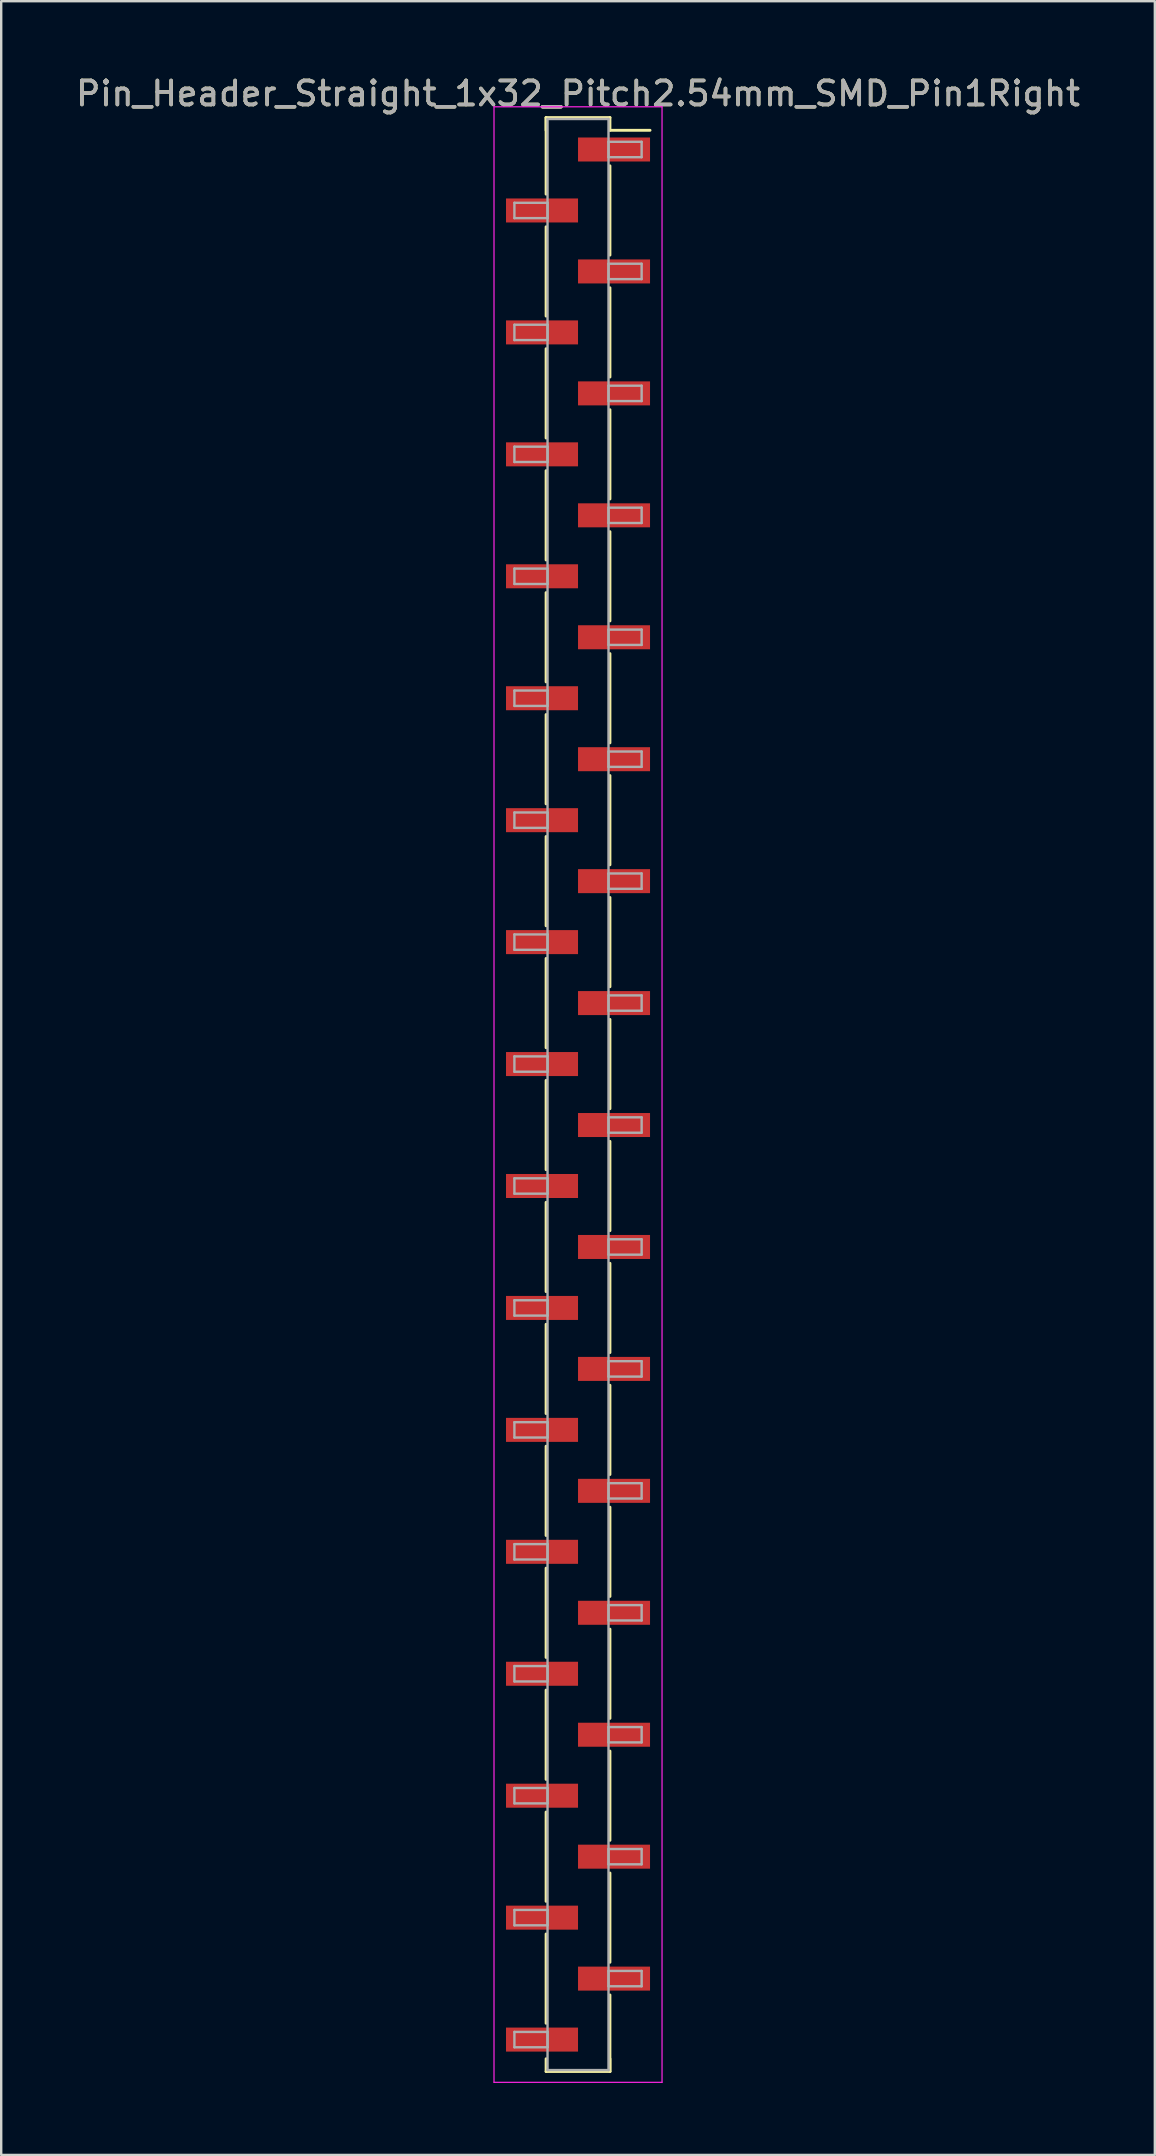
<source format=kicad_pcb>
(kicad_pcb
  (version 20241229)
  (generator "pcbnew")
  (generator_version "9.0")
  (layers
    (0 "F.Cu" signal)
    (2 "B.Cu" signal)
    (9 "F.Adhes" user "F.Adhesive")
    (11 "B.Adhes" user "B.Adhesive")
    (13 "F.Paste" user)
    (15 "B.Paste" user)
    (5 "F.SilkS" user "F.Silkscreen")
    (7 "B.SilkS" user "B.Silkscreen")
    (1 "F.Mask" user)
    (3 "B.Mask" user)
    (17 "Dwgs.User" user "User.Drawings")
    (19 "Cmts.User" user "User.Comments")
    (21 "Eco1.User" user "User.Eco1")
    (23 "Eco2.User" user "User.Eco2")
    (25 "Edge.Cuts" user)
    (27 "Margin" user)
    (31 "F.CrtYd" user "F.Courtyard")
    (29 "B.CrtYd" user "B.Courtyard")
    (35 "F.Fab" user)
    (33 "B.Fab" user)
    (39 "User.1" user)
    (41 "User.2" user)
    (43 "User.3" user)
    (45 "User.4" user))
  (footprint "Pin_Header_Straight_1x32_Pitch2.54mm_SMD_Pin1Right"
    (layer "F.Cu")
    (at 21.03 42.548)
    (property "Reference" "Pin_Header_Straight_1x32_Pitch2.54mm_SMD_Pin1Right" (at 0 -41.7 0) (layer "F.SilkS") (effects (font (size 1 1) (thickness 0.15))))
    (attr smd)
    (fp_line (start -1.33 -40.7) (end -1.33 -37.51) (stroke (width 0.12) (type solid)) (layer "F.SilkS"))
    (fp_line (start -1.33 -40.7) (end 1.33 -40.7) (stroke (width 0.12) (type solid)) (layer "F.SilkS"))
    (fp_line (start -1.33 -40.17) (end -1.33 -40.7) (stroke (width 0.12) (type solid)) (layer "F.SilkS"))
    (fp_line (start -1.33 -36.15) (end -1.33 -32.43) (stroke (width 0.12) (type solid)) (layer "F.SilkS"))
    (fp_line (start -1.33 -31.07) (end -1.33 -27.35) (stroke (width 0.12) (type solid)) (layer "F.SilkS"))
    (fp_line (start -1.33 -25.99) (end -1.33 -22.27) (stroke (width 0.12) (type solid)) (layer "F.SilkS"))
    (fp_line (start -1.33 -20.91) (end -1.33 -17.19) (stroke (width 0.12) (type solid)) (layer "F.SilkS"))
    (fp_line (start -1.33 -15.83) (end -1.33 -12.11) (stroke (width 0.12) (type solid)) (layer "F.SilkS"))
    (fp_line (start -1.33 -10.75) (end -1.33 -7.03) (stroke (width 0.12) (type solid)) (layer "F.SilkS"))
    (fp_line (start -1.33 -5.67) (end -1.33 -1.95) (stroke (width 0.12) (type solid)) (layer "F.SilkS"))
    (fp_line (start -1.33 -0.59) (end -1.33 3.13) (stroke (width 0.12) (type solid)) (layer "F.SilkS"))
    (fp_line (start -1.33 4.49) (end -1.33 8.21) (stroke (width 0.12) (type solid)) (layer "F.SilkS"))
    (fp_line (start -1.33 9.57) (end -1.33 13.29) (stroke (width 0.12) (type solid)) (layer "F.SilkS"))
    (fp_line (start -1.33 14.65) (end -1.33 18.37) (stroke (width 0.12) (type solid)) (layer "F.SilkS"))
    (fp_line (start -1.33 19.73) (end -1.33 23.45) (stroke (width 0.12) (type solid)) (layer "F.SilkS"))
    (fp_line (start -1.33 24.81) (end -1.33 28.53) (stroke (width 0.12) (type solid)) (layer "F.SilkS"))
    (fp_line (start -1.33 29.89) (end -1.33 33.61) (stroke (width 0.12) (type solid)) (layer "F.SilkS"))
    (fp_line (start -1.33 34.97) (end -1.33 38.69) (stroke (width 0.12) (type solid)) (layer "F.SilkS"))
    (fp_line (start -1.33 40.17) (end -1.33 40.7) (stroke (width 0.12) (type solid)) (layer "F.SilkS"))
    (fp_line (start -1.33 40.7) (end 1.33 40.7) (stroke (width 0.12) (type solid)) (layer "F.SilkS"))
    (fp_line (start 1.33 -40.7) (end 1.33 -40.17) (stroke (width 0.12) (type solid)) (layer "F.SilkS"))
    (fp_line (start 1.33 -40.17) (end 3 -40.17) (stroke (width 0.12) (type solid)) (layer "F.SilkS"))
    (fp_line (start 1.33 -38.69) (end 1.33 -34.97) (stroke (width 0.12) (type solid)) (layer "F.SilkS"))
    (fp_line (start 1.33 -33.61) (end 1.33 -29.89) (stroke (width 0.12) (type solid)) (layer "F.SilkS"))
    (fp_line (start 1.33 -28.53) (end 1.33 -24.81) (stroke (width 0.12) (type solid)) (layer "F.SilkS"))
    (fp_line (start 1.33 -23.45) (end 1.33 -19.73) (stroke (width 0.12) (type solid)) (layer "F.SilkS"))
    (fp_line (start 1.33 -18.37) (end 1.33 -14.65) (stroke (width 0.12) (type solid)) (layer "F.SilkS"))
    (fp_line (start 1.33 -13.29) (end 1.33 -9.57) (stroke (width 0.12) (type solid)) (layer "F.SilkS"))
    (fp_line (start 1.33 -8.21) (end 1.33 -4.49) (stroke (width 0.12) (type solid)) (layer "F.SilkS"))
    (fp_line (start 1.33 -3.13) (end 1.33 0.59) (stroke (width 0.12) (type solid)) (layer "F.SilkS"))
    (fp_line (start 1.33 1.95) (end 1.33 5.67) (stroke (width 0.12) (type solid)) (layer "F.SilkS"))
    (fp_line (start 1.33 7.03) (end 1.33 10.75) (stroke (width 0.12) (type solid)) (layer "F.SilkS"))
    (fp_line (start 1.33 12.11) (end 1.33 15.83) (stroke (width 0.12) (type solid)) (layer "F.SilkS"))
    (fp_line (start 1.33 17.19) (end 1.33 20.91) (stroke (width 0.12) (type solid)) (layer "F.SilkS"))
    (fp_line (start 1.33 22.27) (end 1.33 25.99) (stroke (width 0.12) (type solid)) (layer "F.SilkS"))
    (fp_line (start 1.33 27.35) (end 1.33 31.07) (stroke (width 0.12) (type solid)) (layer "F.SilkS"))
    (fp_line (start 1.33 32.43) (end 1.33 36.15) (stroke (width 0.12) (type solid)) (layer "F.SilkS"))
    (fp_line (start 1.33 37.51) (end 1.33 40.7) (stroke (width 0.12) (type solid)) (layer "F.SilkS"))
    (fp_line (start 1.33 40.7) (end 1.33 40.17) (stroke (width 0.12) (type solid)) (layer "F.SilkS"))
    (fp_line (start -3.5 -41.15) (end -3.5 41.15) (stroke (width 0.05) (type solid)) (layer "F.CrtYd"))
    (fp_line (start -3.5 41.15) (end 3.5 41.15) (stroke (width 0.05) (type solid)) (layer "F.CrtYd"))
    (fp_line (start 3.5 -41.15) (end -3.5 -41.15) (stroke (width 0.05) (type solid)) (layer "F.CrtYd"))
    (fp_line (start 3.5 41.15) (end 3.5 -41.15) (stroke (width 0.05) (type solid)) (layer "F.CrtYd"))
    (fp_line (start -2.65 -37.15) (end -1.27 -37.15) (stroke (width 0.1) (type solid)) (layer "F.Fab"))
    (fp_line (start -2.65 -36.51) (end -2.65 -37.15) (stroke (width 0.1) (type solid)) (layer "F.Fab"))
    (fp_line (start -2.65 -32.07) (end -1.27 -32.07) (stroke (width 0.1) (type solid)) (layer "F.Fab"))
    (fp_line (start -2.65 -31.43) (end -2.65 -32.07) (stroke (width 0.1) (type solid)) (layer "F.Fab"))
    (fp_line (start -2.65 -26.99) (end -1.27 -26.99) (stroke (width 0.1) (type solid)) (layer "F.Fab"))
    (fp_line (start -2.65 -26.35) (end -2.65 -26.99) (stroke (width 0.1) (type solid)) (layer "F.Fab"))
    (fp_line (start -2.65 -21.91) (end -1.27 -21.91) (stroke (width 0.1) (type solid)) (layer "F.Fab"))
    (fp_line (start -2.65 -21.27) (end -2.65 -21.91) (stroke (width 0.1) (type solid)) (layer "F.Fab"))
    (fp_line (start -2.65 -16.83) (end -1.27 -16.83) (stroke (width 0.1) (type solid)) (layer "F.Fab"))
    (fp_line (start -2.65 -16.19) (end -2.65 -16.83) (stroke (width 0.1) (type solid)) (layer "F.Fab"))
    (fp_line (start -2.65 -11.75) (end -1.27 -11.75) (stroke (width 0.1) (type solid)) (layer "F.Fab"))
    (fp_line (start -2.65 -11.11) (end -2.65 -11.75) (stroke (width 0.1) (type solid)) (layer "F.Fab"))
    (fp_line (start -2.65 -6.67) (end -1.27 -6.67) (stroke (width 0.1) (type solid)) (layer "F.Fab"))
    (fp_line (start -2.65 -6.03) (end -2.65 -6.67) (stroke (width 0.1) (type solid)) (layer "F.Fab"))
    (fp_line (start -2.65 -1.59) (end -1.27 -1.59) (stroke (width 0.1) (type solid)) (layer "F.Fab"))
    (fp_line (start -2.65 -0.95) (end -2.65 -1.59) (stroke (width 0.1) (type solid)) (layer "F.Fab"))
    (fp_line (start -2.65 3.49) (end -1.27 3.49) (stroke (width 0.1) (type solid)) (layer "F.Fab"))
    (fp_line (start -2.65 4.13) (end -2.65 3.49) (stroke (width 0.1) (type solid)) (layer "F.Fab"))
    (fp_line (start -2.65 8.57) (end -1.27 8.57) (stroke (width 0.1) (type solid)) (layer "F.Fab"))
    (fp_line (start -2.65 9.21) (end -2.65 8.57) (stroke (width 0.1) (type solid)) (layer "F.Fab"))
    (fp_line (start -2.65 13.65) (end -1.27 13.65) (stroke (width 0.1) (type solid)) (layer "F.Fab"))
    (fp_line (start -2.65 14.29) (end -2.65 13.65) (stroke (width 0.1) (type solid)) (layer "F.Fab"))
    (fp_line (start -2.65 18.73) (end -1.27 18.73) (stroke (width 0.1) (type solid)) (layer "F.Fab"))
    (fp_line (start -2.65 19.37) (end -2.65 18.73) (stroke (width 0.1) (type solid)) (layer "F.Fab"))
    (fp_line (start -2.65 23.81) (end -1.27 23.81) (stroke (width 0.1) (type solid)) (layer "F.Fab"))
    (fp_line (start -2.65 24.45) (end -2.65 23.81) (stroke (width 0.1) (type solid)) (layer "F.Fab"))
    (fp_line (start -2.65 28.89) (end -1.27 28.89) (stroke (width 0.1) (type solid)) (layer "F.Fab"))
    (fp_line (start -2.65 29.53) (end -2.65 28.89) (stroke (width 0.1) (type solid)) (layer "F.Fab"))
    (fp_line (start -2.65 33.97) (end -1.27 33.97) (stroke (width 0.1) (type solid)) (layer "F.Fab"))
    (fp_line (start -2.65 34.61) (end -2.65 33.97) (stroke (width 0.1) (type solid)) (layer "F.Fab"))
    (fp_line (start -2.65 39.05) (end -1.27 39.05) (stroke (width 0.1) (type solid)) (layer "F.Fab"))
    (fp_line (start -2.65 39.69) (end -2.65 39.05) (stroke (width 0.1) (type solid)) (layer "F.Fab"))
    (fp_line (start -1.27 -40.64) (end -1.27 40.64) (stroke (width 0.1) (type solid)) (layer "F.Fab"))
    (fp_line (start -1.27 -37.15) (end -1.27 -36.51) (stroke (width 0.1) (type solid)) (layer "F.Fab"))
    (fp_line (start -1.27 -36.51) (end -2.65 -36.51) (stroke (width 0.1) (type solid)) (layer "F.Fab"))
    (fp_line (start -1.27 -32.07) (end -1.27 -31.43) (stroke (width 0.1) (type solid)) (layer "F.Fab"))
    (fp_line (start -1.27 -31.43) (end -2.65 -31.43) (stroke (width 0.1) (type solid)) (layer "F.Fab"))
    (fp_line (start -1.27 -26.99) (end -1.27 -26.35) (stroke (width 0.1) (type solid)) (layer "F.Fab"))
    (fp_line (start -1.27 -26.35) (end -2.65 -26.35) (stroke (width 0.1) (type solid)) (layer "F.Fab"))
    (fp_line (start -1.27 -21.91) (end -1.27 -21.27) (stroke (width 0.1) (type solid)) (layer "F.Fab"))
    (fp_line (start -1.27 -21.27) (end -2.65 -21.27) (stroke (width 0.1) (type solid)) (layer "F.Fab"))
    (fp_line (start -1.27 -16.83) (end -1.27 -16.19) (stroke (width 0.1) (type solid)) (layer "F.Fab"))
    (fp_line (start -1.27 -16.19) (end -2.65 -16.19) (stroke (width 0.1) (type solid)) (layer "F.Fab"))
    (fp_line (start -1.27 -11.75) (end -1.27 -11.11) (stroke (width 0.1) (type solid)) (layer "F.Fab"))
    (fp_line (start -1.27 -11.11) (end -2.65 -11.11) (stroke (width 0.1) (type solid)) (layer "F.Fab"))
    (fp_line (start -1.27 -6.67) (end -1.27 -6.03) (stroke (width 0.1) (type solid)) (layer "F.Fab"))
    (fp_line (start -1.27 -6.03) (end -2.65 -6.03) (stroke (width 0.1) (type solid)) (layer "F.Fab"))
    (fp_line (start -1.27 -1.59) (end -1.27 -0.95) (stroke (width 0.1) (type solid)) (layer "F.Fab"))
    (fp_line (start -1.27 -0.95) (end -2.65 -0.95) (stroke (width 0.1) (type solid)) (layer "F.Fab"))
    (fp_line (start -1.27 3.49) (end -1.27 4.13) (stroke (width 0.1) (type solid)) (layer "F.Fab"))
    (fp_line (start -1.27 4.13) (end -2.65 4.13) (stroke (width 0.1) (type solid)) (layer "F.Fab"))
    (fp_line (start -1.27 8.57) (end -1.27 9.21) (stroke (width 0.1) (type solid)) (layer "F.Fab"))
    (fp_line (start -1.27 9.21) (end -2.65 9.21) (stroke (width 0.1) (type solid)) (layer "F.Fab"))
    (fp_line (start -1.27 13.65) (end -1.27 14.29) (stroke (width 0.1) (type solid)) (layer "F.Fab"))
    (fp_line (start -1.27 14.29) (end -2.65 14.29) (stroke (width 0.1) (type solid)) (layer "F.Fab"))
    (fp_line (start -1.27 18.73) (end -1.27 19.37) (stroke (width 0.1) (type solid)) (layer "F.Fab"))
    (fp_line (start -1.27 19.37) (end -2.65 19.37) (stroke (width 0.1) (type solid)) (layer "F.Fab"))
    (fp_line (start -1.27 23.81) (end -1.27 24.45) (stroke (width 0.1) (type solid)) (layer "F.Fab"))
    (fp_line (start -1.27 24.45) (end -2.65 24.45) (stroke (width 0.1) (type solid)) (layer "F.Fab"))
    (fp_line (start -1.27 28.89) (end -1.27 29.53) (stroke (width 0.1) (type solid)) (layer "F.Fab"))
    (fp_line (start -1.27 29.53) (end -2.65 29.53) (stroke (width 0.1) (type solid)) (layer "F.Fab"))
    (fp_line (start -1.27 33.97) (end -1.27 34.61) (stroke (width 0.1) (type solid)) (layer "F.Fab"))
    (fp_line (start -1.27 34.61) (end -2.65 34.61) (stroke (width 0.1) (type solid)) (layer "F.Fab"))
    (fp_line (start -1.27 39.05) (end -1.27 39.69) (stroke (width 0.1) (type solid)) (layer "F.Fab"))
    (fp_line (start -1.27 39.69) (end -2.65 39.69) (stroke (width 0.1) (type solid)) (layer "F.Fab"))
    (fp_line (start -1.27 40.64) (end 1.27 40.64) (stroke (width 0.1) (type solid)) (layer "F.Fab"))
    (fp_line (start 1.27 -40.64) (end -1.27 -40.64) (stroke (width 0.1) (type solid)) (layer "F.Fab"))
    (fp_line (start 1.27 -39.69) (end 1.27 -39.05) (stroke (width 0.1) (type solid)) (layer "F.Fab"))
    (fp_line (start 1.27 -39.05) (end 2.65 -39.05) (stroke (width 0.1) (type solid)) (layer "F.Fab"))
    (fp_line (start 1.27 -34.61) (end 1.27 -33.97) (stroke (width 0.1) (type solid)) (layer "F.Fab"))
    (fp_line (start 1.27 -33.97) (end 2.65 -33.97) (stroke (width 0.1) (type solid)) (layer "F.Fab"))
    (fp_line (start 1.27 -29.53) (end 1.27 -28.89) (stroke (width 0.1) (type solid)) (layer "F.Fab"))
    (fp_line (start 1.27 -28.89) (end 2.65 -28.89) (stroke (width 0.1) (type solid)) (layer "F.Fab"))
    (fp_line (start 1.27 -24.45) (end 1.27 -23.81) (stroke (width 0.1) (type solid)) (layer "F.Fab"))
    (fp_line (start 1.27 -23.81) (end 2.65 -23.81) (stroke (width 0.1) (type solid)) (layer "F.Fab"))
    (fp_line (start 1.27 -19.37) (end 1.27 -18.73) (stroke (width 0.1) (type solid)) (layer "F.Fab"))
    (fp_line (start 1.27 -18.73) (end 2.65 -18.73) (stroke (width 0.1) (type solid)) (layer "F.Fab"))
    (fp_line (start 1.27 -14.29) (end 1.27 -13.65) (stroke (width 0.1) (type solid)) (layer "F.Fab"))
    (fp_line (start 1.27 -13.65) (end 2.65 -13.65) (stroke (width 0.1) (type solid)) (layer "F.Fab"))
    (fp_line (start 1.27 -9.21) (end 1.27 -8.57) (stroke (width 0.1) (type solid)) (layer "F.Fab"))
    (fp_line (start 1.27 -8.57) (end 2.65 -8.57) (stroke (width 0.1) (type solid)) (layer "F.Fab"))
    (fp_line (start 1.27 -4.13) (end 1.27 -3.49) (stroke (width 0.1) (type solid)) (layer "F.Fab"))
    (fp_line (start 1.27 -3.49) (end 2.65 -3.49) (stroke (width 0.1) (type solid)) (layer "F.Fab"))
    (fp_line (start 1.27 0.95) (end 1.27 1.59) (stroke (width 0.1) (type solid)) (layer "F.Fab"))
    (fp_line (start 1.27 1.59) (end 2.65 1.59) (stroke (width 0.1) (type solid)) (layer "F.Fab"))
    (fp_line (start 1.27 6.03) (end 1.27 6.67) (stroke (width 0.1) (type solid)) (layer "F.Fab"))
    (fp_line (start 1.27 6.67) (end 2.65 6.67) (stroke (width 0.1) (type solid)) (layer "F.Fab"))
    (fp_line (start 1.27 11.11) (end 1.27 11.75) (stroke (width 0.1) (type solid)) (layer "F.Fab"))
    (fp_line (start 1.27 11.75) (end 2.65 11.75) (stroke (width 0.1) (type solid)) (layer "F.Fab"))
    (fp_line (start 1.27 16.19) (end 1.27 16.83) (stroke (width 0.1) (type solid)) (layer "F.Fab"))
    (fp_line (start 1.27 16.83) (end 2.65 16.83) (stroke (width 0.1) (type solid)) (layer "F.Fab"))
    (fp_line (start 1.27 21.27) (end 1.27 21.91) (stroke (width 0.1) (type solid)) (layer "F.Fab"))
    (fp_line (start 1.27 21.91) (end 2.65 21.91) (stroke (width 0.1) (type solid)) (layer "F.Fab"))
    (fp_line (start 1.27 26.35) (end 1.27 26.99) (stroke (width 0.1) (type solid)) (layer "F.Fab"))
    (fp_line (start 1.27 26.99) (end 2.65 26.99) (stroke (width 0.1) (type solid)) (layer "F.Fab"))
    (fp_line (start 1.27 31.43) (end 1.27 32.07) (stroke (width 0.1) (type solid)) (layer "F.Fab"))
    (fp_line (start 1.27 32.07) (end 2.65 32.07) (stroke (width 0.1) (type solid)) (layer "F.Fab"))
    (fp_line (start 1.27 36.51) (end 1.27 37.15) (stroke (width 0.1) (type solid)) (layer "F.Fab"))
    (fp_line (start 1.27 37.15) (end 2.65 37.15) (stroke (width 0.1) (type solid)) (layer "F.Fab"))
    (fp_line (start 1.27 40.64) (end 1.27 -40.64) (stroke (width 0.1) (type solid)) (layer "F.Fab"))
    (fp_line (start 2.65 -39.69) (end 1.27 -39.69) (stroke (width 0.1) (type solid)) (layer "F.Fab"))
    (fp_line (start 2.65 -39.05) (end 2.65 -39.69) (stroke (width 0.1) (type solid)) (layer "F.Fab"))
    (fp_line (start 2.65 -34.61) (end 1.27 -34.61) (stroke (width 0.1) (type solid)) (layer "F.Fab"))
    (fp_line (start 2.65 -33.97) (end 2.65 -34.61) (stroke (width 0.1) (type solid)) (layer "F.Fab"))
    (fp_line (start 2.65 -29.53) (end 1.27 -29.53) (stroke (width 0.1) (type solid)) (layer "F.Fab"))
    (fp_line (start 2.65 -28.89) (end 2.65 -29.53) (stroke (width 0.1) (type solid)) (layer "F.Fab"))
    (fp_line (start 2.65 -24.45) (end 1.27 -24.45) (stroke (width 0.1) (type solid)) (layer "F.Fab"))
    (fp_line (start 2.65 -23.81) (end 2.65 -24.45) (stroke (width 0.1) (type solid)) (layer "F.Fab"))
    (fp_line (start 2.65 -19.37) (end 1.27 -19.37) (stroke (width 0.1) (type solid)) (layer "F.Fab"))
    (fp_line (start 2.65 -18.73) (end 2.65 -19.37) (stroke (width 0.1) (type solid)) (layer "F.Fab"))
    (fp_line (start 2.65 -14.29) (end 1.27 -14.29) (stroke (width 0.1) (type solid)) (layer "F.Fab"))
    (fp_line (start 2.65 -13.65) (end 2.65 -14.29) (stroke (width 0.1) (type solid)) (layer "F.Fab"))
    (fp_line (start 2.65 -9.21) (end 1.27 -9.21) (stroke (width 0.1) (type solid)) (layer "F.Fab"))
    (fp_line (start 2.65 -8.57) (end 2.65 -9.21) (stroke (width 0.1) (type solid)) (layer "F.Fab"))
    (fp_line (start 2.65 -4.13) (end 1.27 -4.13) (stroke (width 0.1) (type solid)) (layer "F.Fab"))
    (fp_line (start 2.65 -3.49) (end 2.65 -4.13) (stroke (width 0.1) (type solid)) (layer "F.Fab"))
    (fp_line (start 2.65 0.95) (end 1.27 0.95) (stroke (width 0.1) (type solid)) (layer "F.Fab"))
    (fp_line (start 2.65 1.59) (end 2.65 0.95) (stroke (width 0.1) (type solid)) (layer "F.Fab"))
    (fp_line (start 2.65 6.03) (end 1.27 6.03) (stroke (width 0.1) (type solid)) (layer "F.Fab"))
    (fp_line (start 2.65 6.67) (end 2.65 6.03) (stroke (width 0.1) (type solid)) (layer "F.Fab"))
    (fp_line (start 2.65 11.11) (end 1.27 11.11) (stroke (width 0.1) (type solid)) (layer "F.Fab"))
    (fp_line (start 2.65 11.75) (end 2.65 11.11) (stroke (width 0.1) (type solid)) (layer "F.Fab"))
    (fp_line (start 2.65 16.19) (end 1.27 16.19) (stroke (width 0.1) (type solid)) (layer "F.Fab"))
    (fp_line (start 2.65 16.83) (end 2.65 16.19) (stroke (width 0.1) (type solid)) (layer "F.Fab"))
    (fp_line (start 2.65 21.27) (end 1.27 21.27) (stroke (width 0.1) (type solid)) (layer "F.Fab"))
    (fp_line (start 2.65 21.91) (end 2.65 21.27) (stroke (width 0.1) (type solid)) (layer "F.Fab"))
    (fp_line (start 2.65 26.35) (end 1.27 26.35) (stroke (width 0.1) (type solid)) (layer "F.Fab"))
    (fp_line (start 2.65 26.99) (end 2.65 26.35) (stroke (width 0.1) (type solid)) (layer "F.Fab"))
    (fp_line (start 2.65 31.43) (end 1.27 31.43) (stroke (width 0.1) (type solid)) (layer "F.Fab"))
    (fp_line (start 2.65 32.07) (end 2.65 31.43) (stroke (width 0.1) (type solid)) (layer "F.Fab"))
    (fp_line (start 2.65 36.51) (end 1.27 36.51) (stroke (width 0.1) (type solid)) (layer "F.Fab"))
    (fp_line (start 2.65 37.15) (end 2.65 36.51) (stroke (width 0.1) (type solid)) (layer "F.Fab"))
    (fp_text user "${REFERENCE}" (at 0 -41.7 0) (layer "F.Fab") (effects (font (size 1 1) (thickness 0.15))))
    (pad "1" smd rect (at 1.5 -39.37) (size 3 1) (layers "F.Cu" "F.Mask" "F.Paste"))
    (pad "2" smd rect (at -1.5 -36.83) (size 3 1) (layers "F.Cu" "F.Mask" "F.Paste"))
    (pad "3" smd rect (at 1.5 -34.29) (size 3 1) (layers "F.Cu" "F.Mask" "F.Paste"))
    (pad "4" smd rect (at -1.5 -31.75) (size 3 1) (layers "F.Cu" "F.Mask" "F.Paste"))
    (pad "5" smd rect (at 1.5 -29.21) (size 3 1) (layers "F.Cu" "F.Mask" "F.Paste"))
    (pad "6" smd rect (at -1.5 -26.67) (size 3 1) (layers "F.Cu" "F.Mask" "F.Paste"))
    (pad "7" smd rect (at 1.5 -24.13) (size 3 1) (layers "F.Cu" "F.Mask" "F.Paste"))
    (pad "8" smd rect (at -1.5 -21.59) (size 3 1) (layers "F.Cu" "F.Mask" "F.Paste"))
    (pad "9" smd rect (at 1.5 -19.05) (size 3 1) (layers "F.Cu" "F.Mask" "F.Paste"))
    (pad "10" smd rect (at -1.5 -16.51) (size 3 1) (layers "F.Cu" "F.Mask" "F.Paste"))
    (pad "11" smd rect (at 1.5 -13.97) (size 3 1) (layers "F.Cu" "F.Mask" "F.Paste"))
    (pad "12" smd rect (at -1.5 -11.43) (size 3 1) (layers "F.Cu" "F.Mask" "F.Paste"))
    (pad "13" smd rect (at 1.5 -8.89) (size 3 1) (layers "F.Cu" "F.Mask" "F.Paste"))
    (pad "14" smd rect (at -1.5 -6.35) (size 3 1) (layers "F.Cu" "F.Mask" "F.Paste"))
    (pad "15" smd rect (at 1.5 -3.81) (size 3 1) (layers "F.Cu" "F.Mask" "F.Paste"))
    (pad "16" smd rect (at -1.5 -1.27) (size 3 1) (layers "F.Cu" "F.Mask" "F.Paste"))
    (pad "17" smd rect (at 1.5 1.27) (size 3 1) (layers "F.Cu" "F.Mask" "F.Paste"))
    (pad "18" smd rect (at -1.5 3.81) (size 3 1) (layers "F.Cu" "F.Mask" "F.Paste"))
    (pad "19" smd rect (at 1.5 6.35) (size 3 1) (layers "F.Cu" "F.Mask" "F.Paste"))
    (pad "20" smd rect (at -1.5 8.89) (size 3 1) (layers "F.Cu" "F.Mask" "F.Paste"))
    (pad "21" smd rect (at 1.5 11.43) (size 3 1) (layers "F.Cu" "F.Mask" "F.Paste"))
    (pad "22" smd rect (at -1.5 13.97) (size 3 1) (layers "F.Cu" "F.Mask" "F.Paste"))
    (pad "23" smd rect (at 1.5 16.51) (size 3 1) (layers "F.Cu" "F.Mask" "F.Paste"))
    (pad "24" smd rect (at -1.5 19.05) (size 3 1) (layers "F.Cu" "F.Mask" "F.Paste"))
    (pad "25" smd rect (at 1.5 21.59) (size 3 1) (layers "F.Cu" "F.Mask" "F.Paste"))
    (pad "26" smd rect (at -1.5 24.13) (size 3 1) (layers "F.Cu" "F.Mask" "F.Paste"))
    (pad "27" smd rect (at 1.5 26.67) (size 3 1) (layers "F.Cu" "F.Mask" "F.Paste"))
    (pad "28" smd rect (at -1.5 29.21) (size 3 1) (layers "F.Cu" "F.Mask" "F.Paste"))
    (pad "29" smd rect (at 1.5 31.75) (size 3 1) (layers "F.Cu" "F.Mask" "F.Paste"))
    (pad "30" smd rect (at -1.5 34.29) (size 3 1) (layers "F.Cu" "F.Mask" "F.Paste"))
    (pad "31" smd rect (at 1.5 36.83) (size 3 1) (layers "F.Cu" "F.Mask" "F.Paste"))
    (pad "32" smd rect (at -1.5 39.37) (size 3 1) (layers "F.Cu" "F.Mask" "F.Paste")))
  (gr_rect
    (start -3 -3)
    (end 45.06 86.723)
    (stroke (width 0.1) (type default))
    (fill no)
    (layer "Edge.Cuts")))
</source>
